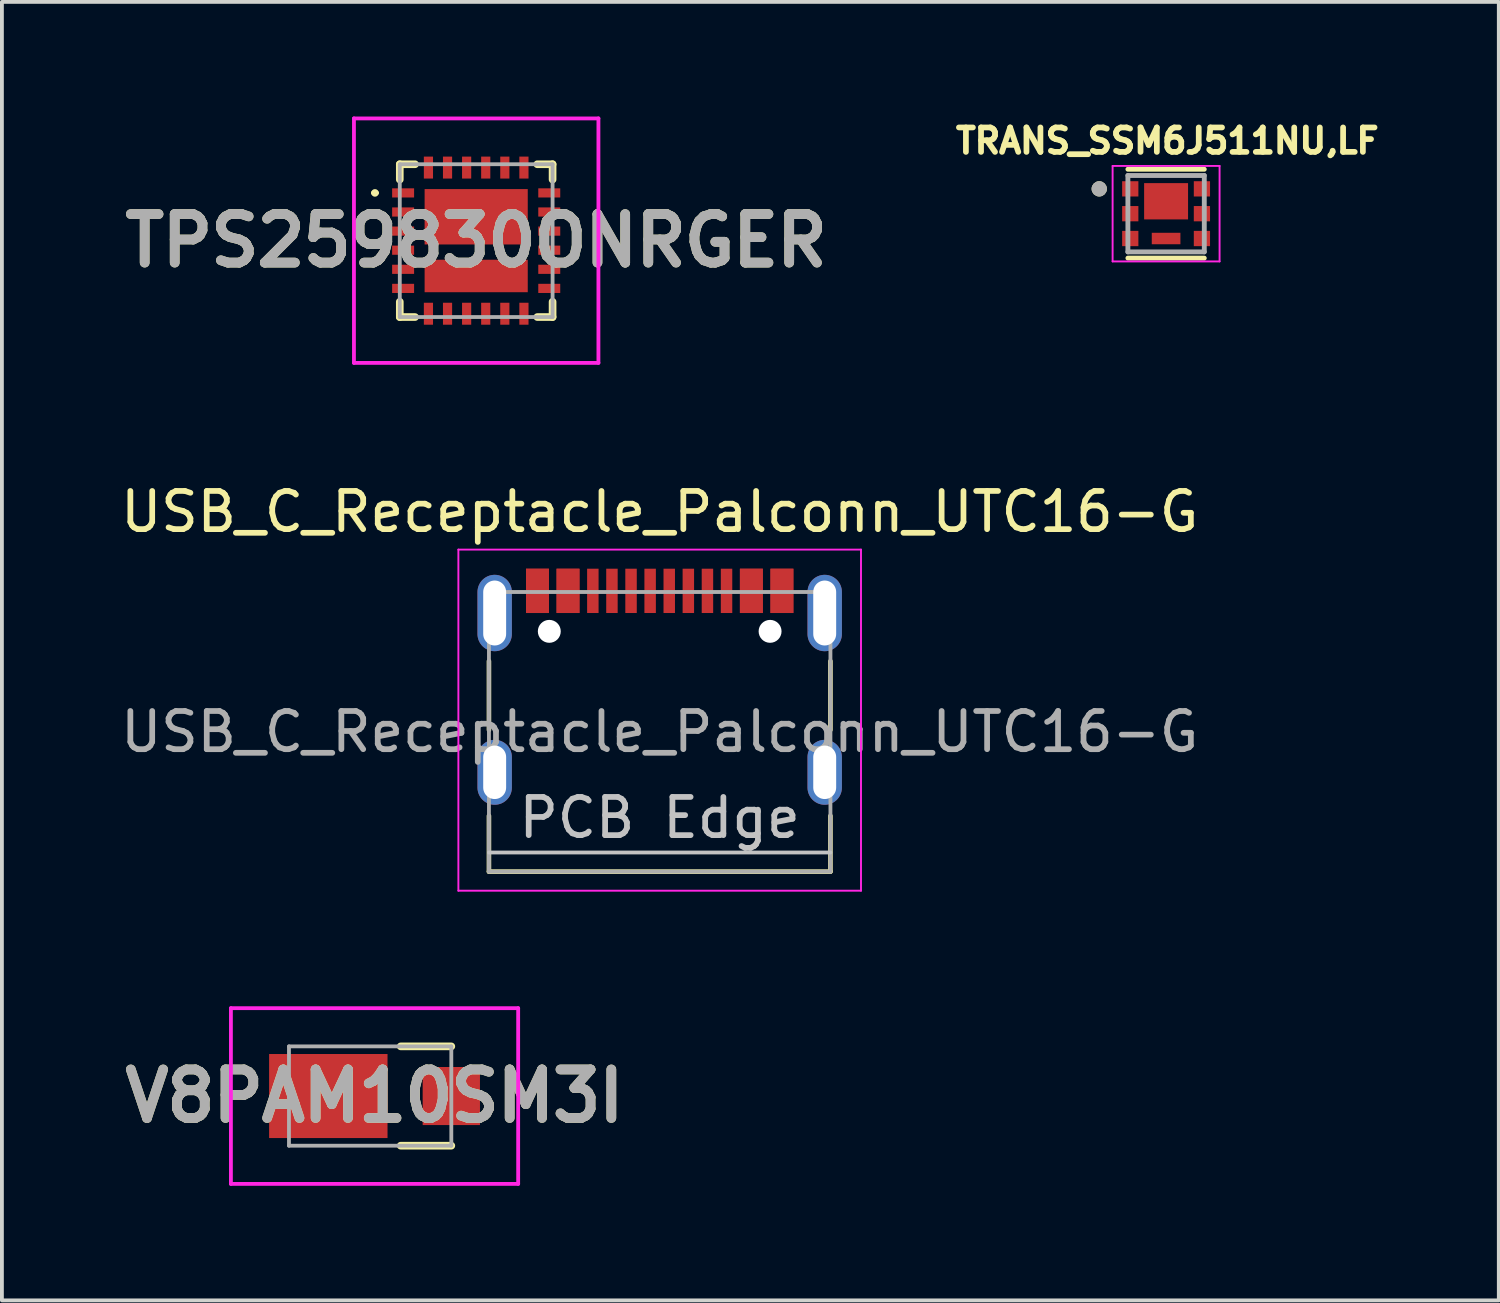
<source format=kicad_pcb>
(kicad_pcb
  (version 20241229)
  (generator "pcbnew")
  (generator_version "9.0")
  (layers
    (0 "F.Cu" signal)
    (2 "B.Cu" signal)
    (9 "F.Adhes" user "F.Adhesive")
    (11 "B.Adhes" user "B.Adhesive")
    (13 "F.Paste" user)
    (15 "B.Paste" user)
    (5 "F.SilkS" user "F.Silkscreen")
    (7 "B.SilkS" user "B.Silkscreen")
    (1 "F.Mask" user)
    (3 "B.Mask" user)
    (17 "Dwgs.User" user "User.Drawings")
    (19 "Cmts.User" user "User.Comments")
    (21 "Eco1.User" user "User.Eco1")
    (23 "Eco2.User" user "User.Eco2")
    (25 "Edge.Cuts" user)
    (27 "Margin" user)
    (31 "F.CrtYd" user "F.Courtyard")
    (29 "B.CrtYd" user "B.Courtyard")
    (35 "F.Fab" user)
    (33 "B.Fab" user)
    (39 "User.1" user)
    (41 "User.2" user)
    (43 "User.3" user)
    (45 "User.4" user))
  (footprint "TPS259830ONRGER"
    (layer "F.Cu")
    (at 9.416 3.25)
    (property "Reference" "TPS259830ONRGER" (at 0 0 0) (layer "F.SilkS") (effects (font (size 1.27 1.27) (thickness 0.254))))
    (attr smd)
    (fp_line (start -2.7 -1.25) (end -2.7 -1.25) (stroke (width 0.1) (type solid)) (layer "F.SilkS"))
    (fp_line (start -2.6 -1.25) (end -2.6 -1.25) (stroke (width 0.1) (type solid)) (layer "F.SilkS"))
    (fp_line (start -2 -2) (end -2 -1.6) (stroke (width 0.2) (type solid)) (layer "F.SilkS"))
    (fp_line (start -2 1.6) (end -2 2) (stroke (width 0.2) (type solid)) (layer "F.SilkS"))
    (fp_line (start -2 2) (end -1.6 2) (stroke (width 0.2) (type solid)) (layer "F.SilkS"))
    (fp_line (start -1.6 -2) (end -2 -2) (stroke (width 0.2) (type solid)) (layer "F.SilkS"))
    (fp_line (start 1.6 -2) (end 2 -2) (stroke (width 0.2) (type solid)) (layer "F.SilkS"))
    (fp_line (start 2 -2) (end 2 -1.6) (stroke (width 0.2) (type solid)) (layer "F.SilkS"))
    (fp_line (start 2 1.6) (end 2 2) (stroke (width 0.2) (type solid)) (layer "F.SilkS"))
    (fp_line (start 2 2) (end 1.6 2) (stroke (width 0.2) (type solid)) (layer "F.SilkS"))
    (fp_arc (start -2.7 -1.25) (mid -2.65 -1.3) (end -2.6 -1.25) (stroke (width 0.1) (type solid)) (layer "F.SilkS"))
    (fp_arc (start -2.6 -1.25) (mid -2.65 -1.2) (end -2.7 -1.25) (stroke (width 0.1) (type solid)) (layer "F.SilkS"))
    (fp_line (start -3.2 -3.2) (end 3.2 -3.2) (stroke (width 0.1) (type solid)) (layer "F.CrtYd"))
    (fp_line (start -3.2 3.2) (end -3.2 -3.2) (stroke (width 0.1) (type solid)) (layer "F.CrtYd"))
    (fp_line (start 3.2 -3.2) (end 3.2 3.2) (stroke (width 0.1) (type solid)) (layer "F.CrtYd"))
    (fp_line (start 3.2 3.2) (end -3.2 3.2) (stroke (width 0.1) (type solid)) (layer "F.CrtYd"))
    (fp_line (start -2 -2) (end 2 -2) (stroke (width 0.1) (type solid)) (layer "F.Fab"))
    (fp_line (start -2 2) (end -2 -2) (stroke (width 0.1) (type solid)) (layer "F.Fab"))
    (fp_line (start 2 -2) (end 2 2) (stroke (width 0.1) (type solid)) (layer "F.Fab"))
    (fp_line (start 2 2) (end -2 2) (stroke (width 0.1) (type solid)) (layer "F.Fab"))
    (fp_text user "${REFERENCE}" (at 0 0 0) (layer "F.Fab") (effects (font (size 1.27 1.27) (thickness 0.254))))
    (pad "1" smd rect (at -1.913 -1.25 90) (size 0.24 0.575) (layers "F.Cu" "F.Mask" "F.Paste"))
    (pad "2" smd rect (at -1.913 -0.75 90) (size 0.24 0.575) (layers "F.Cu" "F.Mask" "F.Paste"))
    (pad "3" smd rect (at -1.913 -0.25 90) (size 0.24 0.575) (layers "F.Cu" "F.Mask" "F.Paste"))
    (pad "4" smd rect (at -1.913 0.25 90) (size 0.24 0.575) (layers "F.Cu" "F.Mask" "F.Paste"))
    (pad "5" smd rect (at -1.913 0.75 90) (size 0.24 0.575) (layers "F.Cu" "F.Mask" "F.Paste"))
    (pad "6" smd rect (at -1.913 1.25 90) (size 0.24 0.575) (layers "F.Cu" "F.Mask" "F.Paste"))
    (pad "7" smd rect (at -1.25 1.913) (size 0.24 0.575) (layers "F.Cu" "F.Mask" "F.Paste"))
    (pad "8" smd rect (at -0.75 1.913) (size 0.24 0.575) (layers "F.Cu" "F.Mask" "F.Paste"))
    (pad "9" smd rect (at -0.25 1.913) (size 0.24 0.575) (layers "F.Cu" "F.Mask" "F.Paste"))
    (pad "10" smd rect (at 0.25 1.913) (size 0.24 0.575) (layers "F.Cu" "F.Mask" "F.Paste"))
    (pad "11" smd rect (at 0.75 1.913) (size 0.24 0.575) (layers "F.Cu" "F.Mask" "F.Paste"))
    (pad "12" smd rect (at 1.25 1.913) (size 0.24 0.575) (layers "F.Cu" "F.Mask" "F.Paste"))
    (pad "13" smd rect (at 1.913 1.25 90) (size 0.24 0.575) (layers "F.Cu" "F.Mask" "F.Paste"))
    (pad "14" smd rect (at 1.913 0.75 90) (size 0.24 0.575) (layers "F.Cu" "F.Mask" "F.Paste"))
    (pad "15" smd rect (at 1.913 0.25 90) (size 0.24 0.575) (layers "F.Cu" "F.Mask" "F.Paste"))
    (pad "16" smd rect (at 1.913 -0.25 90) (size 0.24 0.575) (layers "F.Cu" "F.Mask" "F.Paste"))
    (pad "17" smd rect (at 1.913 -0.75 90) (size 0.24 0.575) (layers "F.Cu" "F.Mask" "F.Paste"))
    (pad "18" smd rect (at 1.913 -1.25 90) (size 0.24 0.575) (layers "F.Cu" "F.Mask" "F.Paste"))
    (pad "19" smd rect (at 1.25 -1.913) (size 0.24 0.575) (layers "F.Cu" "F.Mask" "F.Paste"))
    (pad "20" smd rect (at 0.75 -1.913) (size 0.24 0.575) (layers "F.Cu" "F.Mask" "F.Paste"))
    (pad "21" smd rect (at 0.25 -1.913) (size 0.24 0.575) (layers "F.Cu" "F.Mask" "F.Paste"))
    (pad "22" smd rect (at -0.25 -1.913) (size 0.24 0.575) (layers "F.Cu" "F.Mask" "F.Paste"))
    (pad "23" smd rect (at -0.75 -1.913) (size 0.24 0.575) (layers "F.Cu" "F.Mask" "F.Paste"))
    (pad "24" smd rect (at -1.25 -1.913) (size 0.24 0.575) (layers "F.Cu" "F.Mask" "F.Paste"))
    (pad "25" smd rect (at 0 -0.625 90) (size 1.45 2.7) (layers "F.Cu" "F.Mask" "F.Paste"))
    (pad "26" smd rect (at 0 0.925 90) (size 0.85 2.7) (layers "F.Cu" "F.Mask" "F.Paste")))
  (footprint "V8PAM10SM3I"
    (layer "F.Cu")
    (at 6.64 25.643)
    (property "Reference" "V8PAM10SM3I" (at 0.115 0 0) (layer "F.SilkS") (effects (font (size 1.27 1.27) (thickness 0.254))))
    (attr smd)
    (fp_line (start 0.8 -1.3) (end 2.125 -1.3) (stroke (width 0.2) (type solid)) (layer "F.SilkS"))
    (fp_line (start 0.8 1.3) (end 2.125 1.3) (stroke (width 0.2) (type solid)) (layer "F.SilkS"))
    (fp_line (start -3.645 -2.3) (end 3.875 -2.3) (stroke (width 0.1) (type solid)) (layer "F.CrtYd"))
    (fp_line (start -3.645 2.3) (end -3.645 -2.3) (stroke (width 0.1) (type solid)) (layer "F.CrtYd"))
    (fp_line (start 3.875 -2.3) (end 3.875 2.3) (stroke (width 0.1) (type solid)) (layer "F.CrtYd"))
    (fp_line (start 3.875 2.3) (end -3.645 2.3) (stroke (width 0.1) (type solid)) (layer "F.CrtYd"))
    (fp_line (start -2.125 -1.3) (end 2.125 -1.3) (stroke (width 0.1) (type solid)) (layer "F.Fab"))
    (fp_line (start -2.125 1.3) (end -2.125 -1.3) (stroke (width 0.1) (type solid)) (layer "F.Fab"))
    (fp_line (start 2.125 -1.3) (end 2.125 1.3) (stroke (width 0.1) (type solid)) (layer "F.Fab"))
    (fp_line (start 2.125 1.3) (end -2.125 1.3) (stroke (width 0.1) (type solid)) (layer "F.Fab"))
    (fp_text user "${REFERENCE}" (at 0.115 0 0) (layer "F.Fab") (effects (font (size 1.27 1.27) (thickness 0.254))))
    (pad "1" smd rect (at -1.095 0 90) (size 2.2 3.1) (layers "F.Cu" "F.Mask" "F.Paste"))
    (pad "2" smd rect (at 2.125 0) (size 1.5 1.52) (layers "F.Cu" "F.Mask" "F.Paste")))
  (footprint "USB_C_Receptacle_Palconn_UTC16-G"
    (layer "F.Cu")
    (at 14.22 14.928)
    (property "Reference" "USB_C_Receptacle_Palconn_UTC16-G" (at 0 -4.58 0) (layer "F.SilkS") (effects (font (size 1 1) (thickness 0.15))))
    (attr smd)
    (fp_line (start -4.47 -0.67) (end -4.47 1.13) (stroke (width 0.12) (type solid)) (layer "F.SilkS"))
    (fp_line (start -4.47 4.84) (end -4.47 3.38) (stroke (width 0.12) (type solid)) (layer "F.SilkS"))
    (fp_line (start 4.47 -0.67) (end 4.47 1.13) (stroke (width 0.12) (type solid)) (layer "F.SilkS"))
    (fp_line (start 4.47 4.84) (end -4.47 4.84) (stroke (width 0.12) (type solid)) (layer "F.SilkS"))
    (fp_line (start 4.47 4.84) (end 4.47 3.38) (stroke (width 0.12) (type solid)) (layer "F.SilkS"))
    (fp_line (start -4.47 4.34) (end 4.47 4.34) (stroke (width 0.1) (type solid)) (layer "Dwgs.User"))
    (fp_line (start -5.27 -3.59) (end -5.27 5.34) (stroke (width 0.05) (type solid)) (layer "F.CrtYd"))
    (fp_line (start -5.27 5.34) (end 5.27 5.34) (stroke (width 0.05) (type solid)) (layer "F.CrtYd"))
    (fp_line (start 5.27 -3.59) (end -5.27 -3.59) (stroke (width 0.05) (type solid)) (layer "F.CrtYd"))
    (fp_line (start 5.27 5.34) (end 5.27 -3.59) (stroke (width 0.05) (type solid)) (layer "F.CrtYd"))
    (fp_line (start -4.47 -2.48) (end -4.47 4.84) (stroke (width 0.1) (type solid)) (layer "F.Fab"))
    (fp_line (start -4.47 -2.48) (end 4.47 -2.48) (stroke (width 0.1) (type solid)) (layer "F.Fab"))
    (fp_line (start 4.47 -2.48) (end 4.47 4.84) (stroke (width 0.1) (type solid)) (layer "F.Fab"))
    (fp_line (start 4.47 4.84) (end -4.47 4.84) (stroke (width 0.1) (type solid)) (layer "F.Fab"))
    (fp_text user "PCB Edge" (at 0 3.43 0) (layer "Dwgs.User") (effects (font (size 1 1) (thickness 0.15))))
    (fp_text user "${REFERENCE}" (at 0 1.18 0) (layer "F.Fab") (effects (font (size 1 1) (thickness 0.15))))
    (pad "" np_thru_hole circle (at -2.89 -1.45 180) (size 0.6 0.6) (drill 0.6) (layers "*.Cu" "*.Mask"))
    (pad "" np_thru_hole circle (at 2.89 -1.45 180) (size 0.6 0.6) (drill 0.6) (layers "*.Cu" "*.Mask"))
    (pad "A1" smd rect (at -3.2 -2.51) (size 0.6 1.16) (layers "F.Cu" "F.Mask" "F.Paste"))
    (pad "A4" smd rect (at -2.4 -2.51) (size 0.6 1.16) (layers "F.Cu" "F.Mask" "F.Paste"))
    (pad "A5" smd rect (at -1.25 -2.51 180) (size 0.3 1.16) (layers "F.Cu" "F.Mask" "F.Paste"))
    (pad "A6" smd rect (at -0.25 -2.51 180) (size 0.3 1.16) (layers "F.Cu" "F.Mask" "F.Paste"))
    (pad "A7" smd rect (at 0.25 -2.51 180) (size 0.3 1.16) (layers "F.Cu" "F.Mask" "F.Paste"))
    (pad "A8" smd rect (at 1.25 -2.51 180) (size 0.3 1.16) (layers "F.Cu" "F.Mask" "F.Paste"))
    (pad "A9" smd rect (at 2.4 -2.51) (size 0.6 1.16) (layers "F.Cu" "F.Mask" "F.Paste"))
    (pad "A12" smd rect (at 3.2 -2.51) (size 0.6 1.16) (layers "F.Cu" "F.Mask" "F.Paste"))
    (pad "B1" smd rect (at 3.2 -2.51) (size 0.6 1.16) (layers "F.Cu" "F.Mask" "F.Paste"))
    (pad "B4" smd rect (at 2.4 -2.51) (size 0.6 1.16) (layers "F.Cu" "F.Mask" "F.Paste"))
    (pad "B5" smd rect (at 1.75 -2.51 180) (size 0.3 1.16) (layers "F.Cu" "F.Mask" "F.Paste"))
    (pad "B6" smd rect (at 0.75 -2.51 180) (size 0.3 1.16) (layers "F.Cu" "F.Mask" "F.Paste"))
    (pad "B7" smd rect (at -0.75 -2.51 180) (size 0.3 1.16) (layers "F.Cu" "F.Mask" "F.Paste"))
    (pad "B8" smd rect (at -1.75 -2.51 180) (size 0.3 1.16) (layers "F.Cu" "F.Mask" "F.Paste"))
    (pad "B9" smd rect (at -2.4 -2.51) (size 0.6 1.16) (layers "F.Cu" "F.Mask" "F.Paste"))
    (pad "B12" smd rect (at -3.2 -2.51) (size 0.6 1.16) (layers "F.Cu" "F.Mask" "F.Paste"))
    (pad "S1" thru_hole oval (at -4.32 -1.93 90) (size 2 0.9) (drill oval 1.7 0.6) (layers "*.Cu" "*.Mask"))
    (pad "S1" thru_hole oval (at -4.32 2.24 90) (size 1.7 0.9) (drill oval 1.4 0.6) (layers "*.Cu" "*.Mask"))
    (pad "S1" thru_hole oval (at 4.32 -1.93 90) (size 2 0.9) (drill oval 1.7 0.6) (layers "*.Cu" "*.Mask"))
    (pad "S1" thru_hole oval (at 4.32 2.24 90) (size 1.7 0.9) (drill oval 1.4 0.6) (layers "*.Cu" "*.Mask")))
  (footprint "TRANS_SSM6J511NU,LF"
    (layer "F.Cu")
    (at 27.477 2.544)
    (property "Reference" "TRANS_SSM6J511NU,LF" (at 0.032 -1.906 0) (layer "F.SilkS") (effects (font (size 0.64 0.64) (thickness 0.15))))
    (attr through_hole)
    (fp_line (start -1 -1.163) (end 1 -1.163) (stroke (width 0.127) (type solid)) (layer "F.SilkS"))
    (fp_line (start -1 1.163) (end 1 1.163) (stroke (width 0.127) (type solid)) (layer "F.SilkS"))
    (fp_circle (center -1.75 -0.65) (end -1.65 -0.65) (stroke (width 0.2) (type solid)) (fill no) (layer "F.SilkS"))
    (fp_line (start -1.4 -1.25) (end -1.4 1.25) (stroke (width 0.05) (type solid)) (layer "F.CrtYd"))
    (fp_line (start -1.4 1.25) (end 1.4 1.25) (stroke (width 0.05) (type solid)) (layer "F.CrtYd"))
    (fp_line (start 1.4 -1.25) (end -1.4 -1.25) (stroke (width 0.05) (type solid)) (layer "F.CrtYd"))
    (fp_line (start 1.4 1.25) (end 1.4 -1.25) (stroke (width 0.05) (type solid)) (layer "F.CrtYd"))
    (fp_line (start -1 -1) (end -1 1) (stroke (width 0.127) (type solid)) (layer "F.Fab"))
    (fp_line (start -1 1) (end 1 1) (stroke (width 0.127) (type solid)) (layer "F.Fab"))
    (fp_line (start 1 -1) (end -1 -1) (stroke (width 0.127) (type solid)) (layer "F.Fab"))
    (fp_line (start 1 1) (end 1 -1) (stroke (width 0.127) (type solid)) (layer "F.Fab"))
    (fp_circle (center -1.75 -0.65) (end -1.65 -0.65) (stroke (width 0.2) (type solid)) (fill no) (layer "F.Fab"))
    (pad "1" smd rect (at -0.938 -0.65) (size 0.425 0.4) (layers "F.Cu" "F.Mask" "F.Paste"))
    (pad "2" smd rect (at -0.938 0) (size 0.425 0.4) (layers "F.Cu" "F.Mask" "F.Paste"))
    (pad "3" smd rect (at -0.938 0.65) (size 0.425 0.4) (layers "F.Cu" "F.Mask" "F.Paste"))
    (pad "4" smd rect (at 0.938 0.65 180) (size 0.425 0.4) (layers "F.Cu" "F.Mask" "F.Paste"))
    (pad "5" smd rect (at 0.938 0 180) (size 0.425 0.4) (layers "F.Cu" "F.Mask" "F.Paste"))
    (pad "6" smd rect (at 0.938 -0.65 180) (size 0.425 0.4) (layers "F.Cu" "F.Mask" "F.Paste"))
    (pad "7" smd rect (at 0 -0.325) (size 1.15 0.95) (layers "F.Cu" "F.Mask" "F.Paste"))
    (pad "8" smd rect (at 0 0.65) (size 0.75 0.3) (layers "F.Cu" "F.Mask" "F.Paste")))
  (gr_rect
    (start -3 -3)
    (end 36.187 30.993)
    (stroke (width 0.1) (type default))
    (fill no)
    (layer "Edge.Cuts")))
</source>
